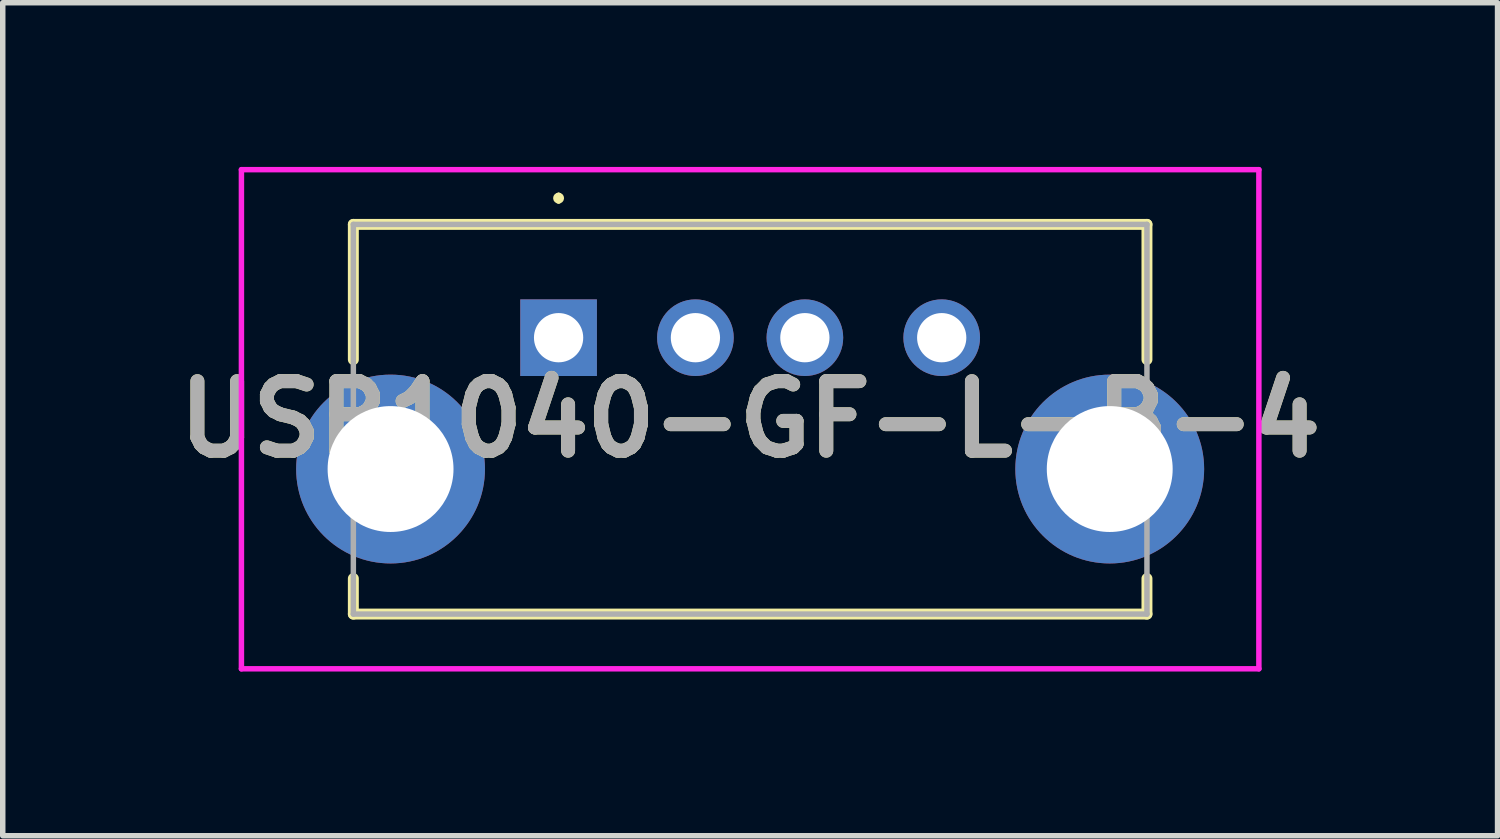
<source format=kicad_pcb>
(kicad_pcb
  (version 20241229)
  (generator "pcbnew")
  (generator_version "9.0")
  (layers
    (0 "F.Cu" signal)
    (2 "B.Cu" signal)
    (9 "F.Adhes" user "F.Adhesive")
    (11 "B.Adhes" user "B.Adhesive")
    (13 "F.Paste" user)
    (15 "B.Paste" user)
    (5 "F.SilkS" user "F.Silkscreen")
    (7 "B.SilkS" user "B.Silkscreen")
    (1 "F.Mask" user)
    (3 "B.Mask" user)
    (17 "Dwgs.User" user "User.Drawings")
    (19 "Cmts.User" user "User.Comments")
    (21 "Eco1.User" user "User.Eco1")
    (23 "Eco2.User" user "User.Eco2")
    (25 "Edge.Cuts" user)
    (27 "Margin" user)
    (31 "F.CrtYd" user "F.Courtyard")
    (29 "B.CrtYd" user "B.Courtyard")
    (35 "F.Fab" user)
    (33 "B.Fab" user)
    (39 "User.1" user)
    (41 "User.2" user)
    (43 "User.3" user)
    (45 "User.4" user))
  (footprint "USB1040-GF-L-B-4"
    (layer "F.Cu")
    (at 7.156 3.12)
    (property "Reference" "USB1040-GF-L-B-4" (at 3.5 1.49 0) (layer "F.SilkS") (effects (font (size 1.27 1.27) (thickness 0.254))))
    (attr through_hole)
    (fp_line (start -3.75 -2.07) (end 10.75 -2.07) (stroke (width 0.2) (type solid)) (layer "F.SilkS"))
    (fp_line (start -3.75 0.4) (end -3.75 -2.07) (stroke (width 0.2) (type solid)) (layer "F.SilkS"))
    (fp_line (start -3.75 5.05) (end -3.75 4.4) (stroke (width 0.2) (type solid)) (layer "F.SilkS"))
    (fp_line (start 0 -2.6) (end 0 -2.6) (stroke (width 0.1) (type solid)) (layer "F.SilkS"))
    (fp_line (start 0 -2.5) (end 0 -2.5) (stroke (width 0.1) (type solid)) (layer "F.SilkS"))
    (fp_line (start 10.75 -2.07) (end 10.75 0.4) (stroke (width 0.2) (type solid)) (layer "F.SilkS"))
    (fp_line (start 10.75 4.4) (end 10.75 5.05) (stroke (width 0.2) (type solid)) (layer "F.SilkS"))
    (fp_line (start 10.75 5.05) (end -3.75 5.05) (stroke (width 0.2) (type solid)) (layer "F.SilkS"))
    (fp_arc (start 0 -2.6) (mid 0.05 -2.55) (end 0 -2.5) (stroke (width 0.1) (type solid)) (layer "F.SilkS"))
    (fp_arc (start 0 -2.5) (mid -0.05 -2.55) (end 0 -2.6) (stroke (width 0.1) (type solid)) (layer "F.SilkS"))
    (fp_line (start -5.795 -3.07) (end 12.795 -3.07) (stroke (width 0.1) (type solid)) (layer "F.CrtYd"))
    (fp_line (start -5.795 6.05) (end -5.795 -3.07) (stroke (width 0.1) (type solid)) (layer "F.CrtYd"))
    (fp_line (start 12.795 -3.07) (end 12.795 6.05) (stroke (width 0.1) (type solid)) (layer "F.CrtYd"))
    (fp_line (start 12.795 6.05) (end -5.795 6.05) (stroke (width 0.1) (type solid)) (layer "F.CrtYd"))
    (fp_line (start -3.75 -2.07) (end 10.75 -2.07) (stroke (width 0.1) (type solid)) (layer "F.Fab"))
    (fp_line (start -3.75 5.05) (end -3.75 -2.07) (stroke (width 0.1) (type solid)) (layer "F.Fab"))
    (fp_line (start 10.75 -2.07) (end 10.75 5.05) (stroke (width 0.1) (type solid)) (layer "F.Fab"))
    (fp_line (start 10.75 5.05) (end -3.75 5.05) (stroke (width 0.1) (type solid)) (layer "F.Fab"))
    (fp_text user "${REFERENCE}" (at 3.5 1.49 0) (layer "F.Fab") (effects (font (size 1.27 1.27) (thickness 0.254))))
    (pad "1" thru_hole rect (at 0 0) (size 1.4 1.4) (drill 0.9) (layers "*.Cu" "*.Mask"))
    (pad "2" thru_hole circle (at 2.5 0) (size 1.4 1.4) (drill 0.9) (layers "*.Cu" "*.Mask"))
    (pad "3" thru_hole circle (at 4.5 0) (size 1.4 1.4) (drill 0.9) (layers "*.Cu" "*.Mask"))
    (pad "4" thru_hole circle (at 7 0) (size 1.4 1.4) (drill 0.9) (layers "*.Cu" "*.Mask"))
    (pad "5" thru_hole circle (at -3.07 2.4) (size 3.45 3.45) (drill 2.3) (layers "*.Cu" "*.Mask"))
    (pad "6" thru_hole circle (at 10.07 2.4) (size 3.45 3.45) (drill 2.3) (layers "*.Cu" "*.Mask")))
  (gr_rect
    (start -3 -3)
    (end 24.312 12.22)
    (stroke (width 0.1) (type default))
    (fill no)
    (layer "Edge.Cuts")))
</source>
